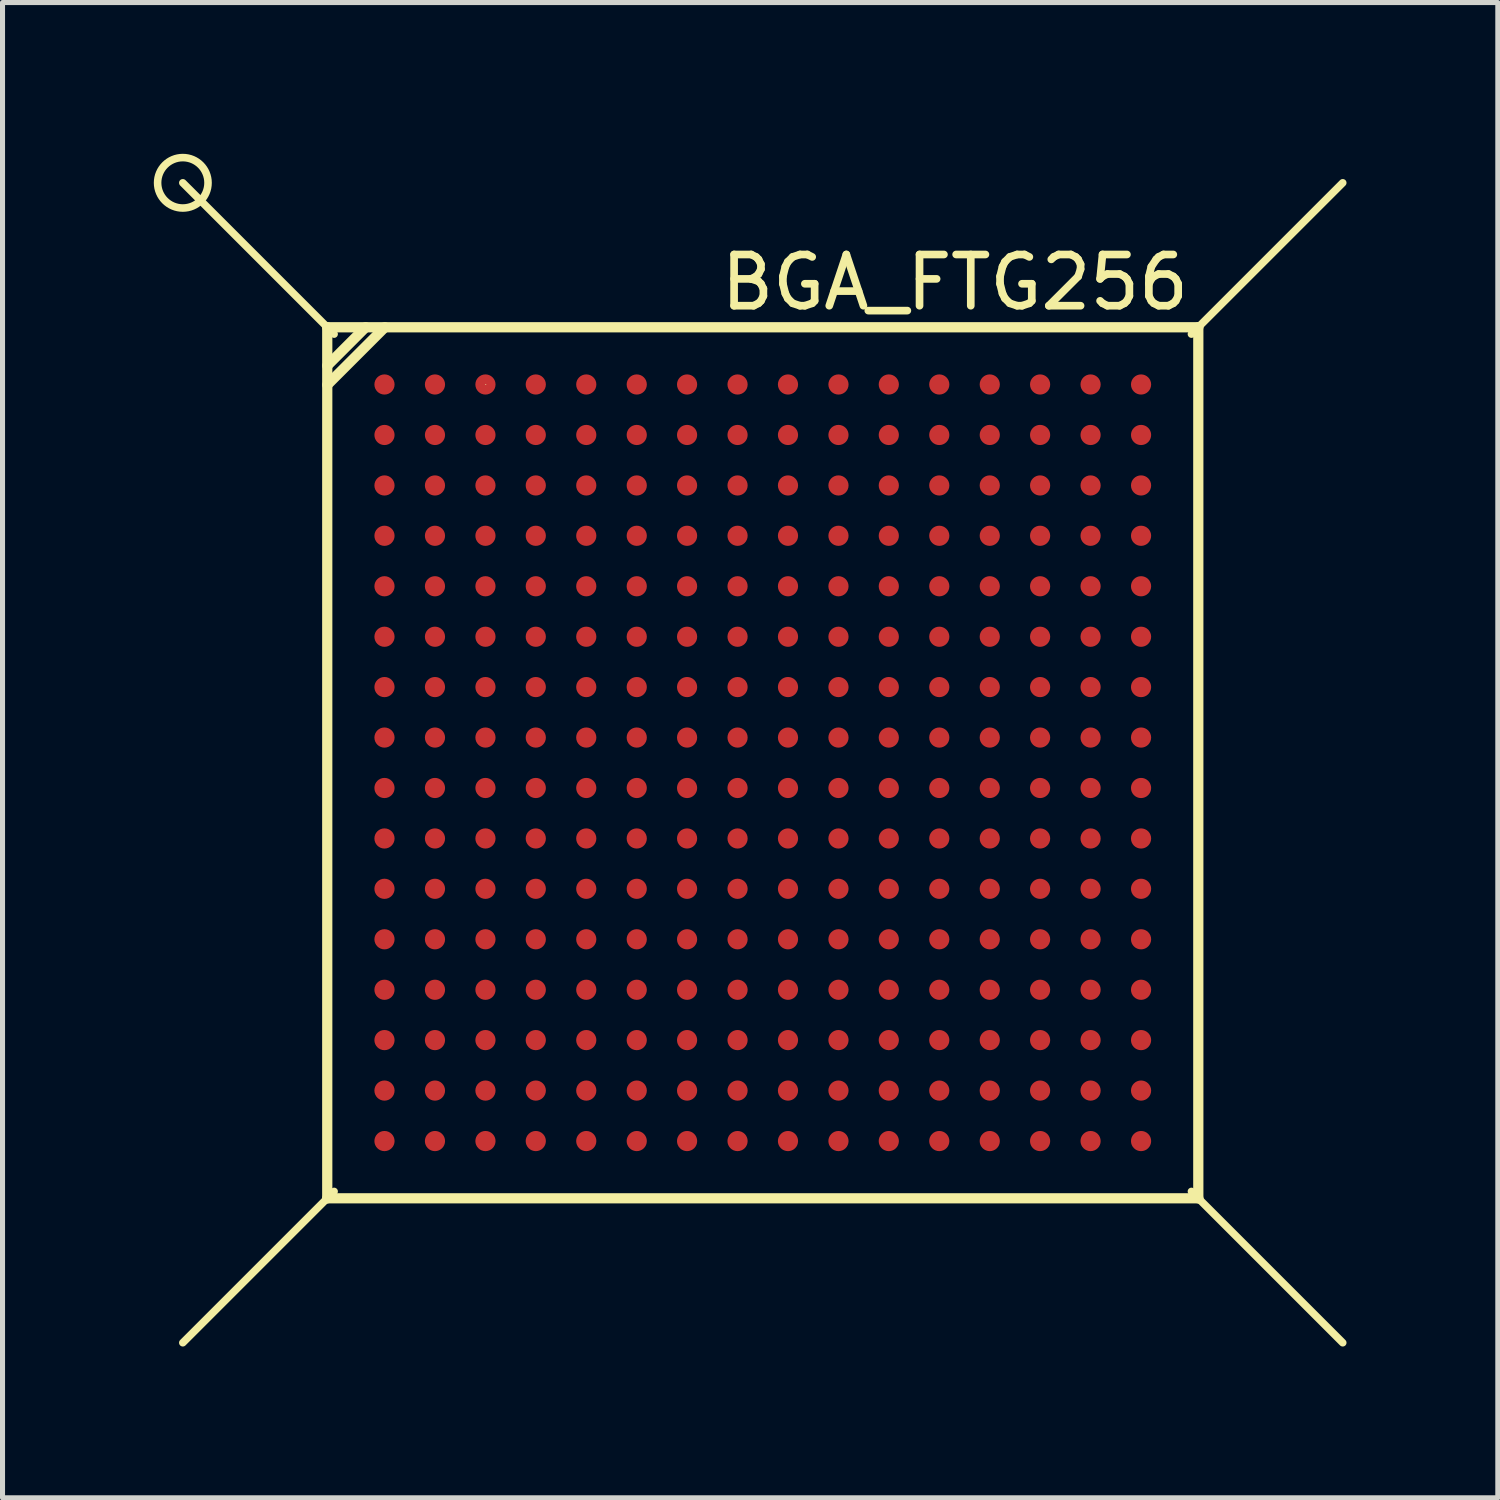
<source format=kicad_pcb>
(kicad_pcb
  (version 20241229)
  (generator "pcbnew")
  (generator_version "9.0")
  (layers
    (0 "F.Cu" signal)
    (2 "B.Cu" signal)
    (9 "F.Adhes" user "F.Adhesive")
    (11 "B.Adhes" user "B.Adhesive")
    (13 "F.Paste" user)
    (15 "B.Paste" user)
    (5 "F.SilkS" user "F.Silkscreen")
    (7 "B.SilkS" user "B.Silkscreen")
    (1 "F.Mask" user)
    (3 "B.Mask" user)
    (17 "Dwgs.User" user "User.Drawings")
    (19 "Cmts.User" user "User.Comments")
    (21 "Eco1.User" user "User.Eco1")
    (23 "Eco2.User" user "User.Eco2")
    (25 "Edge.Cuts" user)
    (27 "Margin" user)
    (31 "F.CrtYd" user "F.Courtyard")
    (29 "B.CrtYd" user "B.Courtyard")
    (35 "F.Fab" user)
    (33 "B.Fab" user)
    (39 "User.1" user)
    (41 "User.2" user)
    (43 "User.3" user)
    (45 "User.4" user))
  (footprint "BGA_FTG256"
    (layer "F.Cu")
    (at 12.075 12.075)
    (property "Reference" "BGA_FTG256" (at 3.81 -9.525 0) (layer "F.SilkS") (effects (font (size 1.016 1.016) (thickness 0.152))))
    (attr smd)
    (fp_line (start -8.636 -8.636) (end 8.636 -8.636) (stroke (width 0.203) (type solid)) (layer "F.SilkS"))
    (fp_line (start -8.636 -7.874) (end -7.874 -8.636) (stroke (width 0.203) (type solid)) (layer "F.SilkS"))
    (fp_line (start -8.636 -7.493) (end -7.493 -8.636) (stroke (width 0.203) (type solid)) (layer "F.SilkS"))
    (fp_line (start -8.636 8.636) (end -8.636 -8.636) (stroke (width 0.203) (type solid)) (layer "F.SilkS"))
    (fp_line (start -8.5 -8.5) (end -11.5 -11.5) (stroke (width 0.15) (type solid)) (layer "F.SilkS"))
    (fp_line (start -8.5 8.5) (end -11.5 11.5) (stroke (width 0.15) (type solid)) (layer "F.SilkS"))
    (fp_line (start -5.499 -7.501) (end -5.489 -7.501) (stroke (width 0.013) (type solid)) (layer "F.SilkS"))
    (fp_line (start 8.5 -8.5) (end 11.5 -11.5) (stroke (width 0.15) (type solid)) (layer "F.SilkS"))
    (fp_line (start 8.5 8.5) (end 11.5 11.5) (stroke (width 0.15) (type solid)) (layer "F.SilkS"))
    (fp_line (start 8.636 -8.636) (end 8.636 8.636) (stroke (width 0.203) (type solid)) (layer "F.SilkS"))
    (fp_line (start 8.636 8.636) (end -8.636 8.636) (stroke (width 0.203) (type solid)) (layer "F.SilkS"))
    (fp_circle (center -11.5 -11.5) (end -11.5 -11) (stroke (width 0.15) (type solid)) (fill no) (layer "F.SilkS"))
    (pad "A1" smd circle (at -7.501 -7.501) (size 0.4 0.4) (layers "F.Cu" "F.Mask" "F.Paste"))
    (pad "A2" smd circle (at -6.5 -7.501) (size 0.4 0.4) (layers "F.Cu" "F.Mask" "F.Paste"))
    (pad "A3" smd circle (at -5.499 -7.501) (size 0.4 0.4) (layers "F.Cu" "F.Mask" "F.Paste"))
    (pad "A4" smd circle (at -4.501 -7.501) (size 0.4 0.4) (layers "F.Cu" "F.Mask" "F.Paste"))
    (pad "A5" smd circle (at -3.5 -7.501) (size 0.4 0.4) (layers "F.Cu" "F.Mask" "F.Paste"))
    (pad "A6" smd circle (at -2.499 -7.501) (size 0.4 0.4) (layers "F.Cu" "F.Mask" "F.Paste"))
    (pad "A7" smd circle (at -1.501 -7.501) (size 0.4 0.4) (layers "F.Cu" "F.Mask" "F.Paste"))
    (pad "A8" smd circle (at -0.5 -7.501) (size 0.4 0.4) (layers "F.Cu" "F.Mask" "F.Paste"))
    (pad "A9" smd circle (at 0.5 -7.501) (size 0.4 0.4) (layers "F.Cu" "F.Mask" "F.Paste"))
    (pad "A10" smd circle (at 1.501 -7.501) (size 0.4 0.4) (layers "F.Cu" "F.Mask" "F.Paste"))
    (pad "A11" smd circle (at 2.499 -7.501) (size 0.4 0.4) (layers "F.Cu" "F.Mask" "F.Paste"))
    (pad "A12" smd circle (at 3.5 -7.501) (size 0.4 0.4) (layers "F.Cu" "F.Mask" "F.Paste"))
    (pad "A13" smd circle (at 4.501 -7.501) (size 0.4 0.4) (layers "F.Cu" "F.Mask" "F.Paste"))
    (pad "A14" smd circle (at 5.499 -7.501) (size 0.4 0.4) (layers "F.Cu" "F.Mask" "F.Paste"))
    (pad "A15" smd circle (at 6.5 -7.501) (size 0.4 0.4) (layers "F.Cu" "F.Mask" "F.Paste"))
    (pad "A16" smd circle (at 7.501 -7.501) (size 0.4 0.4) (layers "F.Cu" "F.Mask" "F.Paste"))
    (pad "B1" smd circle (at -7.501 -6.5) (size 0.4 0.4) (layers "F.Cu" "F.Mask" "F.Paste"))
    (pad "B2" smd circle (at -6.5 -6.5) (size 0.4 0.4) (layers "F.Cu" "F.Mask" "F.Paste"))
    (pad "B3" smd circle (at -5.499 -6.5) (size 0.4 0.4) (layers "F.Cu" "F.Mask" "F.Paste"))
    (pad "B4" smd circle (at -4.501 -6.5) (size 0.4 0.4) (layers "F.Cu" "F.Mask" "F.Paste"))
    (pad "B5" smd circle (at -3.5 -6.5) (size 0.4 0.4) (layers "F.Cu" "F.Mask" "F.Paste"))
    (pad "B6" smd circle (at -2.499 -6.5) (size 0.4 0.4) (layers "F.Cu" "F.Mask" "F.Paste"))
    (pad "B7" smd circle (at -1.501 -6.5) (size 0.4 0.4) (layers "F.Cu" "F.Mask" "F.Paste"))
    (pad "B8" smd circle (at -0.5 -6.5) (size 0.4 0.4) (layers "F.Cu" "F.Mask" "F.Paste"))
    (pad "B9" smd circle (at 0.5 -6.5) (size 0.4 0.4) (layers "F.Cu" "F.Mask" "F.Paste"))
    (pad "B10" smd circle (at 1.501 -6.5) (size 0.4 0.4) (layers "F.Cu" "F.Mask" "F.Paste"))
    (pad "B11" smd circle (at 2.499 -6.5) (size 0.4 0.4) (layers "F.Cu" "F.Mask" "F.Paste"))
    (pad "B12" smd circle (at 3.5 -6.5) (size 0.4 0.4) (layers "F.Cu" "F.Mask" "F.Paste"))
    (pad "B13" smd circle (at 4.501 -6.5) (size 0.4 0.4) (layers "F.Cu" "F.Mask" "F.Paste"))
    (pad "B14" smd circle (at 5.499 -6.5) (size 0.4 0.4) (layers "F.Cu" "F.Mask" "F.Paste"))
    (pad "B15" smd circle (at 6.5 -6.5) (size 0.4 0.4) (layers "F.Cu" "F.Mask" "F.Paste"))
    (pad "B16" smd circle (at 7.501 -6.5) (size 0.4 0.4) (layers "F.Cu" "F.Mask" "F.Paste"))
    (pad "C1" smd circle (at -7.501 -5.499) (size 0.4 0.4) (layers "F.Cu" "F.Mask" "F.Paste"))
    (pad "C2" smd circle (at -6.5 -5.499) (size 0.4 0.4) (layers "F.Cu" "F.Mask" "F.Paste"))
    (pad "C3" smd circle (at -5.499 -5.499) (size 0.4 0.4) (layers "F.Cu" "F.Mask" "F.Paste"))
    (pad "C4" smd circle (at -4.501 -5.499) (size 0.4 0.4) (layers "F.Cu" "F.Mask" "F.Paste"))
    (pad "C5" smd circle (at -3.5 -5.499) (size 0.4 0.4) (layers "F.Cu" "F.Mask" "F.Paste"))
    (pad "C6" smd circle (at -2.499 -5.499) (size 0.4 0.4) (layers "F.Cu" "F.Mask" "F.Paste"))
    (pad "C7" smd circle (at -1.501 -5.499) (size 0.4 0.4) (layers "F.Cu" "F.Mask" "F.Paste"))
    (pad "C8" smd circle (at -0.5 -5.499) (size 0.4 0.4) (layers "F.Cu" "F.Mask" "F.Paste"))
    (pad "C9" smd circle (at 0.5 -5.499) (size 0.4 0.4) (layers "F.Cu" "F.Mask" "F.Paste"))
    (pad "C10" smd circle (at 1.501 -5.499) (size 0.4 0.4) (layers "F.Cu" "F.Mask" "F.Paste"))
    (pad "C11" smd circle (at 2.499 -5.499) (size 0.4 0.4) (layers "F.Cu" "F.Mask" "F.Paste"))
    (pad "C12" smd circle (at 3.5 -5.499) (size 0.4 0.4) (layers "F.Cu" "F.Mask" "F.Paste"))
    (pad "C13" smd circle (at 4.501 -5.499) (size 0.4 0.4) (layers "F.Cu" "F.Mask" "F.Paste"))
    (pad "C14" smd circle (at 5.499 -5.499) (size 0.4 0.4) (layers "F.Cu" "F.Mask" "F.Paste"))
    (pad "C15" smd circle (at 6.5 -5.499) (size 0.4 0.4) (layers "F.Cu" "F.Mask" "F.Paste"))
    (pad "C16" smd circle (at 7.501 -5.499) (size 0.4 0.4) (layers "F.Cu" "F.Mask" "F.Paste"))
    (pad "D1" smd circle (at -7.501 -4.501) (size 0.4 0.4) (layers "F.Cu" "F.Mask" "F.Paste"))
    (pad "D2" smd circle (at -6.5 -4.501) (size 0.4 0.4) (layers "F.Cu" "F.Mask" "F.Paste"))
    (pad "D3" smd circle (at -5.499 -4.501) (size 0.4 0.4) (layers "F.Cu" "F.Mask" "F.Paste"))
    (pad "D4" smd circle (at -4.501 -4.501) (size 0.4 0.4) (layers "F.Cu" "F.Mask" "F.Paste"))
    (pad "D5" smd circle (at -3.5 -4.501) (size 0.4 0.4) (layers "F.Cu" "F.Mask" "F.Paste"))
    (pad "D6" smd circle (at -2.499 -4.501) (size 0.4 0.4) (layers "F.Cu" "F.Mask" "F.Paste"))
    (pad "D7" smd circle (at -1.501 -4.501) (size 0.4 0.4) (layers "F.Cu" "F.Mask" "F.Paste"))
    (pad "D8" smd circle (at -0.5 -4.501) (size 0.4 0.4) (layers "F.Cu" "F.Mask" "F.Paste"))
    (pad "D9" smd circle (at 0.5 -4.501) (size 0.4 0.4) (layers "F.Cu" "F.Mask" "F.Paste"))
    (pad "D10" smd circle (at 1.501 -4.501) (size 0.4 0.4) (layers "F.Cu" "F.Mask" "F.Paste"))
    (pad "D11" smd circle (at 2.499 -4.501) (size 0.4 0.4) (layers "F.Cu" "F.Mask" "F.Paste"))
    (pad "D12" smd circle (at 3.5 -4.501) (size 0.4 0.4) (layers "F.Cu" "F.Mask" "F.Paste"))
    (pad "D13" smd circle (at 4.501 -4.501) (size 0.4 0.4) (layers "F.Cu" "F.Mask" "F.Paste"))
    (pad "D14" smd circle (at 5.499 -4.501) (size 0.4 0.4) (layers "F.Cu" "F.Mask" "F.Paste"))
    (pad "D15" smd circle (at 6.5 -4.501) (size 0.4 0.4) (layers "F.Cu" "F.Mask" "F.Paste"))
    (pad "D16" smd circle (at 7.501 -4.501) (size 0.4 0.4) (layers "F.Cu" "F.Mask" "F.Paste"))
    (pad "E1" smd circle (at -7.501 -3.5) (size 0.4 0.4) (layers "F.Cu" "F.Mask" "F.Paste"))
    (pad "E2" smd circle (at -6.5 -3.5) (size 0.4 0.4) (layers "F.Cu" "F.Mask" "F.Paste"))
    (pad "E3" smd circle (at -5.499 -3.5) (size 0.4 0.4) (layers "F.Cu" "F.Mask" "F.Paste"))
    (pad "E4" smd circle (at -4.501 -3.5) (size 0.4 0.4) (layers "F.Cu" "F.Mask" "F.Paste"))
    (pad "E5" smd circle (at -3.5 -3.5) (size 0.4 0.4) (layers "F.Cu" "F.Mask" "F.Paste"))
    (pad "E6" smd circle (at -2.499 -3.5) (size 0.4 0.4) (layers "F.Cu" "F.Mask" "F.Paste"))
    (pad "E7" smd circle (at -1.501 -3.5) (size 0.4 0.4) (layers "F.Cu" "F.Mask" "F.Paste"))
    (pad "E8" smd circle (at -0.5 -3.5) (size 0.4 0.4) (layers "F.Cu" "F.Mask" "F.Paste"))
    (pad "E9" smd circle (at 0.5 -3.5) (size 0.4 0.4) (layers "F.Cu" "F.Mask" "F.Paste"))
    (pad "E10" smd circle (at 1.501 -3.5) (size 0.4 0.4) (layers "F.Cu" "F.Mask" "F.Paste"))
    (pad "E11" smd circle (at 2.499 -3.5) (size 0.4 0.4) (layers "F.Cu" "F.Mask" "F.Paste"))
    (pad "E12" smd circle (at 3.5 -3.5) (size 0.4 0.4) (layers "F.Cu" "F.Mask" "F.Paste"))
    (pad "E13" smd circle (at 4.501 -3.5) (size 0.4 0.4) (layers "F.Cu" "F.Mask" "F.Paste"))
    (pad "E14" smd circle (at 5.499 -3.5) (size 0.4 0.4) (layers "F.Cu" "F.Mask" "F.Paste"))
    (pad "E15" smd circle (at 6.5 -3.5) (size 0.4 0.4) (layers "F.Cu" "F.Mask" "F.Paste"))
    (pad "E16" smd circle (at 7.501 -3.5) (size 0.4 0.4) (layers "F.Cu" "F.Mask" "F.Paste"))
    (pad "F1" smd circle (at -7.501 -2.499) (size 0.4 0.4) (layers "F.Cu" "F.Mask" "F.Paste"))
    (pad "F2" smd circle (at -6.5 -2.499) (size 0.4 0.4) (layers "F.Cu" "F.Mask" "F.Paste"))
    (pad "F3" smd circle (at -5.499 -2.499) (size 0.4 0.4) (layers "F.Cu" "F.Mask" "F.Paste"))
    (pad "F4" smd circle (at -4.501 -2.499) (size 0.4 0.4) (layers "F.Cu" "F.Mask" "F.Paste"))
    (pad "F5" smd circle (at -3.5 -2.499) (size 0.4 0.4) (layers "F.Cu" "F.Mask" "F.Paste"))
    (pad "F6" smd circle (at -2.499 -2.499) (size 0.4 0.4) (layers "F.Cu" "F.Mask" "F.Paste"))
    (pad "F7" smd circle (at -1.501 -2.499) (size 0.4 0.4) (layers "F.Cu" "F.Mask" "F.Paste"))
    (pad "F8" smd circle (at -0.5 -2.499) (size 0.4 0.4) (layers "F.Cu" "F.Mask" "F.Paste"))
    (pad "F9" smd circle (at 0.5 -2.499) (size 0.4 0.4) (layers "F.Cu" "F.Mask" "F.Paste"))
    (pad "F10" smd circle (at 1.501 -2.499) (size 0.4 0.4) (layers "F.Cu" "F.Mask" "F.Paste"))
    (pad "F11" smd circle (at 2.499 -2.499) (size 0.4 0.4) (layers "F.Cu" "F.Mask" "F.Paste"))
    (pad "F12" smd circle (at 3.5 -2.499) (size 0.4 0.4) (layers "F.Cu" "F.Mask" "F.Paste"))
    (pad "F13" smd circle (at 4.501 -2.499) (size 0.4 0.4) (layers "F.Cu" "F.Mask" "F.Paste"))
    (pad "F14" smd circle (at 5.499 -2.499) (size 0.4 0.4) (layers "F.Cu" "F.Mask" "F.Paste"))
    (pad "F15" smd circle (at 6.5 -2.499) (size 0.4 0.4) (layers "F.Cu" "F.Mask" "F.Paste"))
    (pad "F16" smd circle (at 7.501 -2.499) (size 0.4 0.4) (layers "F.Cu" "F.Mask" "F.Paste"))
    (pad "G1" smd circle (at -7.501 -1.501) (size 0.4 0.4) (layers "F.Cu" "F.Mask" "F.Paste"))
    (pad "G2" smd circle (at -6.5 -1.501) (size 0.4 0.4) (layers "F.Cu" "F.Mask" "F.Paste"))
    (pad "G3" smd circle (at -5.499 -1.501) (size 0.4 0.4) (layers "F.Cu" "F.Mask" "F.Paste"))
    (pad "G4" smd circle (at -4.501 -1.501) (size 0.4 0.4) (layers "F.Cu" "F.Mask" "F.Paste"))
    (pad "G5" smd circle (at -3.5 -1.501) (size 0.4 0.4) (layers "F.Cu" "F.Mask" "F.Paste"))
    (pad "G6" smd circle (at -2.499 -1.501) (size 0.4 0.4) (layers "F.Cu" "F.Mask" "F.Paste"))
    (pad "G7" smd circle (at -1.501 -1.501) (size 0.4 0.4) (layers "F.Cu" "F.Mask" "F.Paste"))
    (pad "G8" smd circle (at -0.5 -1.501) (size 0.4 0.4) (layers "F.Cu" "F.Mask" "F.Paste"))
    (pad "G9" smd circle (at 0.5 -1.501) (size 0.4 0.4) (layers "F.Cu" "F.Mask" "F.Paste"))
    (pad "G10" smd circle (at 1.501 -1.501) (size 0.4 0.4) (layers "F.Cu" "F.Mask" "F.Paste"))
    (pad "G11" smd circle (at 2.499 -1.501) (size 0.4 0.4) (layers "F.Cu" "F.Mask" "F.Paste"))
    (pad "G12" smd circle (at 3.5 -1.501) (size 0.4 0.4) (layers "F.Cu" "F.Mask" "F.Paste"))
    (pad "G13" smd circle (at 4.501 -1.501) (size 0.4 0.4) (layers "F.Cu" "F.Mask" "F.Paste"))
    (pad "G14" smd circle (at 5.499 -1.501) (size 0.4 0.4) (layers "F.Cu" "F.Mask" "F.Paste"))
    (pad "G15" smd circle (at 6.5 -1.501) (size 0.4 0.4) (layers "F.Cu" "F.Mask" "F.Paste"))
    (pad "G16" smd circle (at 7.501 -1.501) (size 0.4 0.4) (layers "F.Cu" "F.Mask" "F.Paste"))
    (pad "H1" smd circle (at -7.501 -0.5) (size 0.4 0.4) (layers "F.Cu" "F.Mask" "F.Paste"))
    (pad "H2" smd circle (at -6.5 -0.5) (size 0.4 0.4) (layers "F.Cu" "F.Mask" "F.Paste"))
    (pad "H3" smd circle (at -5.499 -0.5) (size 0.4 0.4) (layers "F.Cu" "F.Mask" "F.Paste"))
    (pad "H4" smd circle (at -4.501 -0.5) (size 0.4 0.4) (layers "F.Cu" "F.Mask" "F.Paste"))
    (pad "H5" smd circle (at -3.5 -0.5) (size 0.4 0.4) (layers "F.Cu" "F.Mask" "F.Paste"))
    (pad "H6" smd circle (at -2.499 -0.5) (size 0.4 0.4) (layers "F.Cu" "F.Mask" "F.Paste"))
    (pad "H7" smd circle (at -1.501 -0.5) (size 0.4 0.4) (layers "F.Cu" "F.Mask" "F.Paste"))
    (pad "H8" smd circle (at -0.5 -0.5) (size 0.4 0.4) (layers "F.Cu" "F.Mask" "F.Paste"))
    (pad "H9" smd circle (at 0.5 -0.5) (size 0.4 0.4) (layers "F.Cu" "F.Mask" "F.Paste"))
    (pad "H10" smd circle (at 1.501 -0.5) (size 0.4 0.4) (layers "F.Cu" "F.Mask" "F.Paste"))
    (pad "H11" smd circle (at 2.499 -0.5) (size 0.4 0.4) (layers "F.Cu" "F.Mask" "F.Paste"))
    (pad "H12" smd circle (at 3.5 -0.5) (size 0.4 0.4) (layers "F.Cu" "F.Mask" "F.Paste"))
    (pad "H13" smd circle (at 4.501 -0.5) (size 0.4 0.4) (layers "F.Cu" "F.Mask" "F.Paste"))
    (pad "H14" smd circle (at 5.499 -0.5) (size 0.4 0.4) (layers "F.Cu" "F.Mask" "F.Paste"))
    (pad "H15" smd circle (at 6.5 -0.5) (size 0.4 0.4) (layers "F.Cu" "F.Mask" "F.Paste"))
    (pad "H16" smd circle (at 7.501 -0.5) (size 0.4 0.4) (layers "F.Cu" "F.Mask" "F.Paste"))
    (pad "J1" smd circle (at -7.501 0.5) (size 0.4 0.4) (layers "F.Cu" "F.Mask" "F.Paste"))
    (pad "J2" smd circle (at -6.5 0.5) (size 0.4 0.4) (layers "F.Cu" "F.Mask" "F.Paste"))
    (pad "J3" smd circle (at -5.499 0.5) (size 0.4 0.4) (layers "F.Cu" "F.Mask" "F.Paste"))
    (pad "J4" smd circle (at -4.501 0.5) (size 0.4 0.4) (layers "F.Cu" "F.Mask" "F.Paste"))
    (pad "J5" smd circle (at -3.5 0.5) (size 0.4 0.4) (layers "F.Cu" "F.Mask" "F.Paste"))
    (pad "J6" smd circle (at -2.499 0.5) (size 0.4 0.4) (layers "F.Cu" "F.Mask" "F.Paste"))
    (pad "J7" smd circle (at -1.501 0.5) (size 0.4 0.4) (layers "F.Cu" "F.Mask" "F.Paste"))
    (pad "J8" smd circle (at -0.5 0.5) (size 0.4 0.4) (layers "F.Cu" "F.Mask" "F.Paste"))
    (pad "J9" smd circle (at 0.5 0.5) (size 0.4 0.4) (layers "F.Cu" "F.Mask" "F.Paste"))
    (pad "J10" smd circle (at 1.501 0.5) (size 0.4 0.4) (layers "F.Cu" "F.Mask" "F.Paste"))
    (pad "J11" smd circle (at 2.499 0.5) (size 0.4 0.4) (layers "F.Cu" "F.Mask" "F.Paste"))
    (pad "J12" smd circle (at 3.5 0.5) (size 0.4 0.4) (layers "F.Cu" "F.Mask" "F.Paste"))
    (pad "J13" smd circle (at 4.501 0.5) (size 0.4 0.4) (layers "F.Cu" "F.Mask" "F.Paste"))
    (pad "J14" smd circle (at 5.499 0.5) (size 0.4 0.4) (layers "F.Cu" "F.Mask" "F.Paste"))
    (pad "J15" smd circle (at 6.5 0.5) (size 0.4 0.4) (layers "F.Cu" "F.Mask" "F.Paste"))
    (pad "J16" smd circle (at 7.501 0.5) (size 0.4 0.4) (layers "F.Cu" "F.Mask" "F.Paste"))
    (pad "K1" smd circle (at -7.501 1.501) (size 0.4 0.4) (layers "F.Cu" "F.Mask" "F.Paste"))
    (pad "K2" smd circle (at -6.5 1.501) (size 0.4 0.4) (layers "F.Cu" "F.Mask" "F.Paste"))
    (pad "K3" smd circle (at -5.499 1.501) (size 0.4 0.4) (layers "F.Cu" "F.Mask" "F.Paste"))
    (pad "K4" smd circle (at -4.501 1.501) (size 0.4 0.4) (layers "F.Cu" "F.Mask" "F.Paste"))
    (pad "K5" smd circle (at -3.5 1.501) (size 0.4 0.4) (layers "F.Cu" "F.Mask" "F.Paste"))
    (pad "K6" smd circle (at -2.499 1.501) (size 0.4 0.4) (layers "F.Cu" "F.Mask" "F.Paste"))
    (pad "K7" smd circle (at -1.501 1.501) (size 0.4 0.4) (layers "F.Cu" "F.Mask" "F.Paste"))
    (pad "K8" smd circle (at -0.5 1.501) (size 0.4 0.4) (layers "F.Cu" "F.Mask" "F.Paste"))
    (pad "K9" smd circle (at 0.5 1.501) (size 0.4 0.4) (layers "F.Cu" "F.Mask" "F.Paste"))
    (pad "K10" smd circle (at 1.501 1.501) (size 0.4 0.4) (layers "F.Cu" "F.Mask" "F.Paste"))
    (pad "K11" smd circle (at 2.499 1.501) (size 0.4 0.4) (layers "F.Cu" "F.Mask" "F.Paste"))
    (pad "K12" smd circle (at 3.5 1.501) (size 0.4 0.4) (layers "F.Cu" "F.Mask" "F.Paste"))
    (pad "K13" smd circle (at 4.501 1.501) (size 0.4 0.4) (layers "F.Cu" "F.Mask" "F.Paste"))
    (pad "K14" smd circle (at 5.499 1.501) (size 0.4 0.4) (layers "F.Cu" "F.Mask" "F.Paste"))
    (pad "K15" smd circle (at 6.5 1.501) (size 0.4 0.4) (layers "F.Cu" "F.Mask" "F.Paste"))
    (pad "K16" smd circle (at 7.501 1.501) (size 0.4 0.4) (layers "F.Cu" "F.Mask" "F.Paste"))
    (pad "L1" smd circle (at -7.501 2.499) (size 0.4 0.4) (layers "F.Cu" "F.Mask" "F.Paste"))
    (pad "L2" smd circle (at -6.5 2.499) (size 0.4 0.4) (layers "F.Cu" "F.Mask" "F.Paste"))
    (pad "L3" smd circle (at -5.499 2.499) (size 0.4 0.4) (layers "F.Cu" "F.Mask" "F.Paste"))
    (pad "L4" smd circle (at -4.501 2.499) (size 0.4 0.4) (layers "F.Cu" "F.Mask" "F.Paste"))
    (pad "L5" smd circle (at -3.5 2.499) (size 0.4 0.4) (layers "F.Cu" "F.Mask" "F.Paste"))
    (pad "L6" smd circle (at -2.499 2.499) (size 0.4 0.4) (layers "F.Cu" "F.Mask" "F.Paste"))
    (pad "L7" smd circle (at -1.501 2.499) (size 0.4 0.4) (layers "F.Cu" "F.Mask" "F.Paste"))
    (pad "L8" smd circle (at -0.5 2.499) (size 0.4 0.4) (layers "F.Cu" "F.Mask" "F.Paste"))
    (pad "L9" smd circle (at 0.5 2.499) (size 0.4 0.4) (layers "F.Cu" "F.Mask" "F.Paste"))
    (pad "L10" smd circle (at 1.501 2.499) (size 0.4 0.4) (layers "F.Cu" "F.Mask" "F.Paste"))
    (pad "L11" smd circle (at 2.499 2.499) (size 0.4 0.4) (layers "F.Cu" "F.Mask" "F.Paste"))
    (pad "L12" smd circle (at 3.5 2.499) (size 0.4 0.4) (layers "F.Cu" "F.Mask" "F.Paste"))
    (pad "L13" smd circle (at 4.501 2.499) (size 0.4 0.4) (layers "F.Cu" "F.Mask" "F.Paste"))
    (pad "L14" smd circle (at 5.499 2.499) (size 0.4 0.4) (layers "F.Cu" "F.Mask" "F.Paste"))
    (pad "L15" smd circle (at 6.5 2.499) (size 0.4 0.4) (layers "F.Cu" "F.Mask" "F.Paste"))
    (pad "L16" smd circle (at 7.501 2.499) (size 0.4 0.4) (layers "F.Cu" "F.Mask" "F.Paste"))
    (pad "M1" smd circle (at -7.501 3.5) (size 0.4 0.4) (layers "F.Cu" "F.Mask" "F.Paste"))
    (pad "M2" smd circle (at -6.5 3.5) (size 0.4 0.4) (layers "F.Cu" "F.Mask" "F.Paste"))
    (pad "M3" smd circle (at -5.499 3.5) (size 0.4 0.4) (layers "F.Cu" "F.Mask" "F.Paste"))
    (pad "M4" smd circle (at -4.501 3.5) (size 0.4 0.4) (layers "F.Cu" "F.Mask" "F.Paste"))
    (pad "M5" smd circle (at -3.5 3.5) (size 0.4 0.4) (layers "F.Cu" "F.Mask" "F.Paste"))
    (pad "M6" smd circle (at -2.499 3.5) (size 0.4 0.4) (layers "F.Cu" "F.Mask" "F.Paste"))
    (pad "M7" smd circle (at -1.501 3.5) (size 0.4 0.4) (layers "F.Cu" "F.Mask" "F.Paste"))
    (pad "M8" smd circle (at -0.5 3.5) (size 0.4 0.4) (layers "F.Cu" "F.Mask" "F.Paste"))
    (pad "M9" smd circle (at 0.5 3.5) (size 0.4 0.4) (layers "F.Cu" "F.Mask" "F.Paste"))
    (pad "M10" smd circle (at 1.501 3.5) (size 0.4 0.4) (layers "F.Cu" "F.Mask" "F.Paste"))
    (pad "M11" smd circle (at 2.499 3.5) (size 0.4 0.4) (layers "F.Cu" "F.Mask" "F.Paste"))
    (pad "M12" smd circle (at 3.5 3.5) (size 0.4 0.4) (layers "F.Cu" "F.Mask" "F.Paste"))
    (pad "M13" smd circle (at 4.501 3.5) (size 0.4 0.4) (layers "F.Cu" "F.Mask" "F.Paste"))
    (pad "M14" smd circle (at 5.499 3.5) (size 0.4 0.4) (layers "F.Cu" "F.Mask" "F.Paste"))
    (pad "M15" smd circle (at 6.5 3.5) (size 0.4 0.4) (layers "F.Cu" "F.Mask" "F.Paste"))
    (pad "M16" smd circle (at 7.501 3.5) (size 0.4 0.4) (layers "F.Cu" "F.Mask" "F.Paste"))
    (pad "N1" smd circle (at -7.501 4.501) (size 0.4 0.4) (layers "F.Cu" "F.Mask" "F.Paste"))
    (pad "N2" smd circle (at -6.5 4.501) (size 0.4 0.4) (layers "F.Cu" "F.Mask" "F.Paste"))
    (pad "N3" smd circle (at -5.499 4.501) (size 0.4 0.4) (layers "F.Cu" "F.Mask" "F.Paste"))
    (pad "N4" smd circle (at -4.501 4.501) (size 0.4 0.4) (layers "F.Cu" "F.Mask" "F.Paste"))
    (pad "N5" smd circle (at -3.5 4.501) (size 0.4 0.4) (layers "F.Cu" "F.Mask" "F.Paste"))
    (pad "N6" smd circle (at -2.499 4.501) (size 0.4 0.4) (layers "F.Cu" "F.Mask" "F.Paste"))
    (pad "N7" smd circle (at -1.501 4.501) (size 0.4 0.4) (layers "F.Cu" "F.Mask" "F.Paste"))
    (pad "N8" smd circle (at -0.5 4.501) (size 0.4 0.4) (layers "F.Cu" "F.Mask" "F.Paste"))
    (pad "N9" smd circle (at 0.5 4.501) (size 0.4 0.4) (layers "F.Cu" "F.Mask" "F.Paste"))
    (pad "N10" smd circle (at 1.501 4.501) (size 0.4 0.4) (layers "F.Cu" "F.Mask" "F.Paste"))
    (pad "N11" smd circle (at 2.499 4.501) (size 0.4 0.4) (layers "F.Cu" "F.Mask" "F.Paste"))
    (pad "N12" smd circle (at 3.5 4.501) (size 0.4 0.4) (layers "F.Cu" "F.Mask" "F.Paste"))
    (pad "N13" smd circle (at 4.501 4.501) (size 0.4 0.4) (layers "F.Cu" "F.Mask" "F.Paste"))
    (pad "N14" smd circle (at 5.499 4.501) (size 0.4 0.4) (layers "F.Cu" "F.Mask" "F.Paste"))
    (pad "N15" smd circle (at 6.5 4.501) (size 0.4 0.4) (layers "F.Cu" "F.Mask" "F.Paste"))
    (pad "N16" smd circle (at 7.501 4.501) (size 0.4 0.4) (layers "F.Cu" "F.Mask" "F.Paste"))
    (pad "P1" smd circle (at -7.501 5.499) (size 0.4 0.4) (layers "F.Cu" "F.Mask" "F.Paste"))
    (pad "P2" smd circle (at -6.5 5.499) (size 0.4 0.4) (layers "F.Cu" "F.Mask" "F.Paste"))
    (pad "P3" smd circle (at -5.499 5.499) (size 0.4 0.4) (layers "F.Cu" "F.Mask" "F.Paste"))
    (pad "P4" smd circle (at -4.501 5.499) (size 0.4 0.4) (layers "F.Cu" "F.Mask" "F.Paste"))
    (pad "P5" smd circle (at -3.5 5.499) (size 0.4 0.4) (layers "F.Cu" "F.Mask" "F.Paste"))
    (pad "P6" smd circle (at -2.499 5.499) (size 0.4 0.4) (layers "F.Cu" "F.Mask" "F.Paste"))
    (pad "P7" smd circle (at -1.501 5.499) (size 0.4 0.4) (layers "F.Cu" "F.Mask" "F.Paste"))
    (pad "P8" smd circle (at -0.5 5.499) (size 0.4 0.4) (layers "F.Cu" "F.Mask" "F.Paste"))
    (pad "P9" smd circle (at 0.5 5.499) (size 0.4 0.4) (layers "F.Cu" "F.Mask" "F.Paste"))
    (pad "P10" smd circle (at 1.501 5.499) (size 0.4 0.4) (layers "F.Cu" "F.Mask" "F.Paste"))
    (pad "P11" smd circle (at 2.499 5.499) (size 0.4 0.4) (layers "F.Cu" "F.Mask" "F.Paste"))
    (pad "P12" smd circle (at 3.5 5.499) (size 0.4 0.4) (layers "F.Cu" "F.Mask" "F.Paste"))
    (pad "P13" smd circle (at 4.501 5.499) (size 0.4 0.4) (layers "F.Cu" "F.Mask" "F.Paste"))
    (pad "P14" smd circle (at 5.499 5.499) (size 0.4 0.4) (layers "F.Cu" "F.Mask" "F.Paste"))
    (pad "P15" smd circle (at 6.5 5.499) (size 0.4 0.4) (layers "F.Cu" "F.Mask" "F.Paste"))
    (pad "P16" smd circle (at 7.501 5.499) (size 0.4 0.4) (layers "F.Cu" "F.Mask" "F.Paste"))
    (pad "R1" smd circle (at -7.501 6.5) (size 0.4 0.4) (layers "F.Cu" "F.Mask" "F.Paste"))
    (pad "R2" smd circle (at -6.5 6.5) (size 0.4 0.4) (layers "F.Cu" "F.Mask" "F.Paste"))
    (pad "R3" smd circle (at -5.499 6.5) (size 0.4 0.4) (layers "F.Cu" "F.Mask" "F.Paste"))
    (pad "R4" smd circle (at -4.501 6.5) (size 0.4 0.4) (layers "F.Cu" "F.Mask" "F.Paste"))
    (pad "R5" smd circle (at -3.5 6.5) (size 0.4 0.4) (layers "F.Cu" "F.Mask" "F.Paste"))
    (pad "R6" smd circle (at -2.499 6.5) (size 0.4 0.4) (layers "F.Cu" "F.Mask" "F.Paste"))
    (pad "R7" smd circle (at -1.501 6.5) (size 0.4 0.4) (layers "F.Cu" "F.Mask" "F.Paste"))
    (pad "R8" smd circle (at -0.5 6.5) (size 0.4 0.4) (layers "F.Cu" "F.Mask" "F.Paste"))
    (pad "R9" smd circle (at 0.5 6.5) (size 0.4 0.4) (layers "F.Cu" "F.Mask" "F.Paste"))
    (pad "R10" smd circle (at 1.501 6.5) (size 0.4 0.4) (layers "F.Cu" "F.Mask" "F.Paste"))
    (pad "R11" smd circle (at 2.499 6.5) (size 0.4 0.4) (layers "F.Cu" "F.Mask" "F.Paste"))
    (pad "R12" smd circle (at 3.5 6.5) (size 0.4 0.4) (layers "F.Cu" "F.Mask" "F.Paste"))
    (pad "R13" smd circle (at 4.501 6.5) (size 0.4 0.4) (layers "F.Cu" "F.Mask" "F.Paste"))
    (pad "R14" smd circle (at 5.499 6.5) (size 0.4 0.4) (layers "F.Cu" "F.Mask" "F.Paste"))
    (pad "R15" smd circle (at 6.5 6.5) (size 0.4 0.4) (layers "F.Cu" "F.Mask" "F.Paste"))
    (pad "R16" smd circle (at 7.501 6.5) (size 0.4 0.4) (layers "F.Cu" "F.Mask" "F.Paste"))
    (pad "T1" smd circle (at -7.501 7.501) (size 0.4 0.4) (layers "F.Cu" "F.Mask" "F.Paste"))
    (pad "T2" smd circle (at -6.5 7.501) (size 0.4 0.4) (layers "F.Cu" "F.Mask" "F.Paste"))
    (pad "T3" smd circle (at -5.499 7.501) (size 0.4 0.4) (layers "F.Cu" "F.Mask" "F.Paste"))
    (pad "T4" smd circle (at -4.501 7.501) (size 0.4 0.4) (layers "F.Cu" "F.Mask" "F.Paste"))
    (pad "T5" smd circle (at -3.5 7.501) (size 0.4 0.4) (layers "F.Cu" "F.Mask" "F.Paste"))
    (pad "T6" smd circle (at -2.499 7.501) (size 0.4 0.4) (layers "F.Cu" "F.Mask" "F.Paste"))
    (pad "T7" smd circle (at -1.501 7.501) (size 0.4 0.4) (layers "F.Cu" "F.Mask" "F.Paste"))
    (pad "T8" smd circle (at -0.5 7.501) (size 0.4 0.4) (layers "F.Cu" "F.Mask" "F.Paste"))
    (pad "T9" smd circle (at 0.5 7.501) (size 0.4 0.4) (layers "F.Cu" "F.Mask" "F.Paste"))
    (pad "T10" smd circle (at 1.501 7.501) (size 0.4 0.4) (layers "F.Cu" "F.Mask" "F.Paste"))
    (pad "T11" smd circle (at 2.499 7.501) (size 0.4 0.4) (layers "F.Cu" "F.Mask" "F.Paste"))
    (pad "T12" smd circle (at 3.5 7.501) (size 0.4 0.4) (layers "F.Cu" "F.Mask" "F.Paste"))
    (pad "T13" smd circle (at 4.501 7.501) (size 0.4 0.4) (layers "F.Cu" "F.Mask" "F.Paste"))
    (pad "T14" smd circle (at 5.499 7.501) (size 0.4 0.4) (layers "F.Cu" "F.Mask" "F.Paste"))
    (pad "T15" smd circle (at 6.5 7.501) (size 0.4 0.4) (layers "F.Cu" "F.Mask" "F.Paste"))
    (pad "T16" smd circle (at 7.501 7.501) (size 0.4 0.4) (layers "F.Cu" "F.Mask" "F.Paste")))
  (gr_rect
    (start -3 -3)
    (end 26.65 26.65)
    (stroke (width 0.1) (type default))
    (fill no)
    (layer "Edge.Cuts")))
</source>
